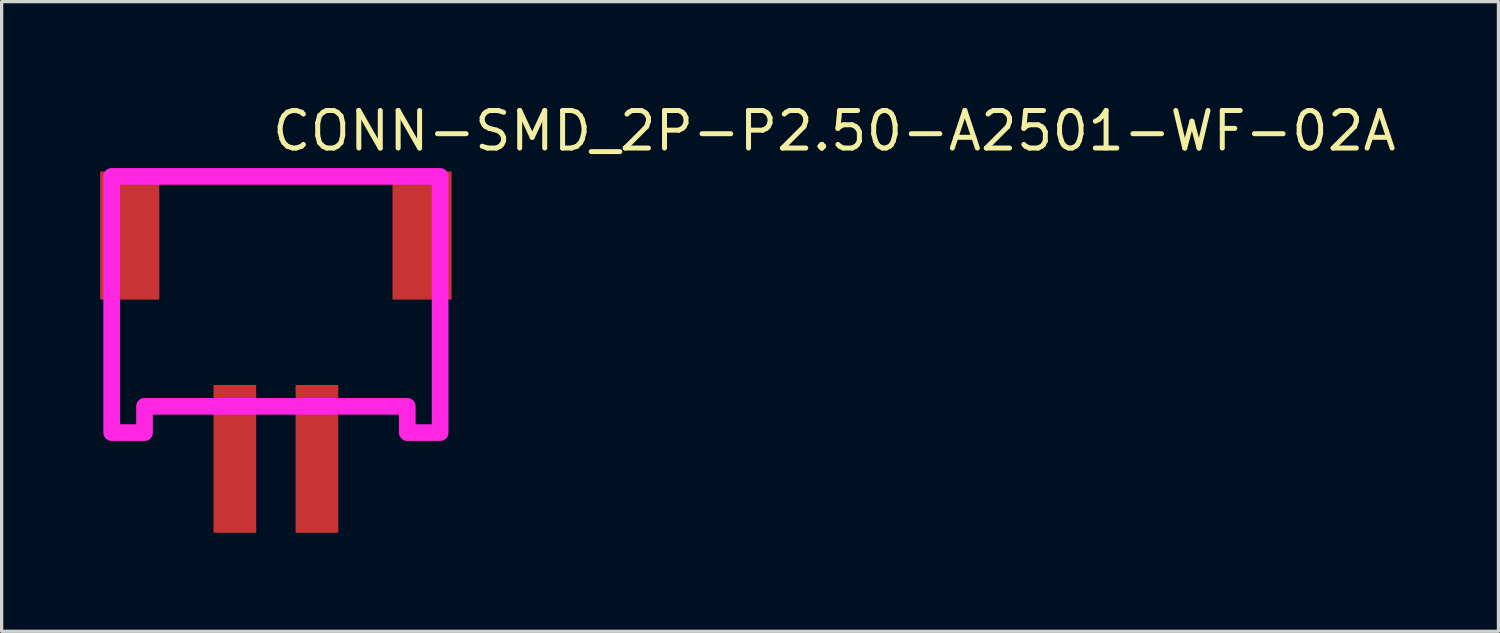
<source format=kicad_pcb>
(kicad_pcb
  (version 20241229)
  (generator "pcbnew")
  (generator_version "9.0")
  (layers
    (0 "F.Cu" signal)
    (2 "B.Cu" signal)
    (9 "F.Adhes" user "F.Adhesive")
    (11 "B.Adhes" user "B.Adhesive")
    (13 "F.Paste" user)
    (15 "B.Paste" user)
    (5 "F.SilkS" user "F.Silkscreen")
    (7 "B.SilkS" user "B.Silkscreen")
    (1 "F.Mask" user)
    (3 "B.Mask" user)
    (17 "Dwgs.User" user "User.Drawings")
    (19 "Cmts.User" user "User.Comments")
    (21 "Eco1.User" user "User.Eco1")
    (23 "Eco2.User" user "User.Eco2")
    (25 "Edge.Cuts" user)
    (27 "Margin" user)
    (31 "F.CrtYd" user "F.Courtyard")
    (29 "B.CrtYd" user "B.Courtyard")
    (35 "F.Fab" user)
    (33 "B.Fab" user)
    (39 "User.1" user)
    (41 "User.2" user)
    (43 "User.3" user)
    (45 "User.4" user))
  (footprint "CONN-SMD_2P-P2.50-A2501-WF-02A"
    (layer "F.Cu")
    (at 5.35 7.521)
    (property "Reference" "CONN-SMD_2P-P2.50-A2501-WF-02A" (at -0.188 -6.585 0) (layer "F.SilkS") (effects (font (size 1.143 1.143) (thickness 0.152)) (justify left)))
    (attr through_hole)
    (fp_line (start -5 2.6) (end -5 -1.219) (stroke (width 0.254) (type solid)) (layer "F.SilkS"))
    (fp_line (start -4 1.8) (end -4 2.6) (stroke (width 0.254) (type solid)) (layer "F.SilkS"))
    (fp_line (start -4 2.6) (end -5 2.6) (stroke (width 0.254) (type solid)) (layer "F.SilkS"))
    (fp_line (start -3.319 -5.2) (end 3.319 -5.2) (stroke (width 0.254) (type solid)) (layer "F.SilkS"))
    (fp_line (start -2.131 1.8) (end -4 1.8) (stroke (width 0.254) (type solid)) (layer "F.SilkS"))
    (fp_line (start 0.369 1.8) (end -0.369 1.8) (stroke (width 0.254) (type solid)) (layer "F.SilkS"))
    (fp_line (start 4 1.8) (end 2.131 1.8) (stroke (width 0.254) (type solid)) (layer "F.SilkS"))
    (fp_line (start 4 2.6) (end 4 1.8) (stroke (width 0.254) (type solid)) (layer "F.SilkS"))
    (fp_line (start 5 -1.219) (end 5 2.6) (stroke (width 0.254) (type solid)) (layer "F.SilkS"))
    (fp_line (start 5 2.6) (end 4 2.6) (stroke (width 0.254) (type solid)) (layer "F.SilkS"))
    (fp_poly (pts (xy -5 2.6) (xy -5 -5.2) (xy 5 -5.2) (xy 5 2.6) (xy 4 2.6) (xy 4 1.8) (xy -4 1.8) (xy -4 2.6)) (stroke (width 0.508) (type solid)) (fill no) (layer "F.CrtYd"))
    (pad "1" smd rect (at -1.25 3.4) (size 1.3 4.5) (layers "F.Cu" "F.Mask" "F.Paste"))
    (pad "2" smd rect (at 1.25 3.4) (size 1.3 4.5) (layers "F.Cu" "F.Mask" "F.Paste"))
    (pad "3" smd rect (at -4.45 -3.4) (size 1.8 3.9) (layers "F.Cu" "F.Mask" "F.Paste"))
    (pad "4" smd rect (at 4.45 -3.4) (size 1.8 3.9) (layers "F.Cu" "F.Mask" "F.Paste")))
  (gr_rect
    (start -3 -3)
    (end 42.572 16.171)
    (stroke (width 0.1) (type default))
    (fill no)
    (layer "Edge.Cuts")))
</source>
